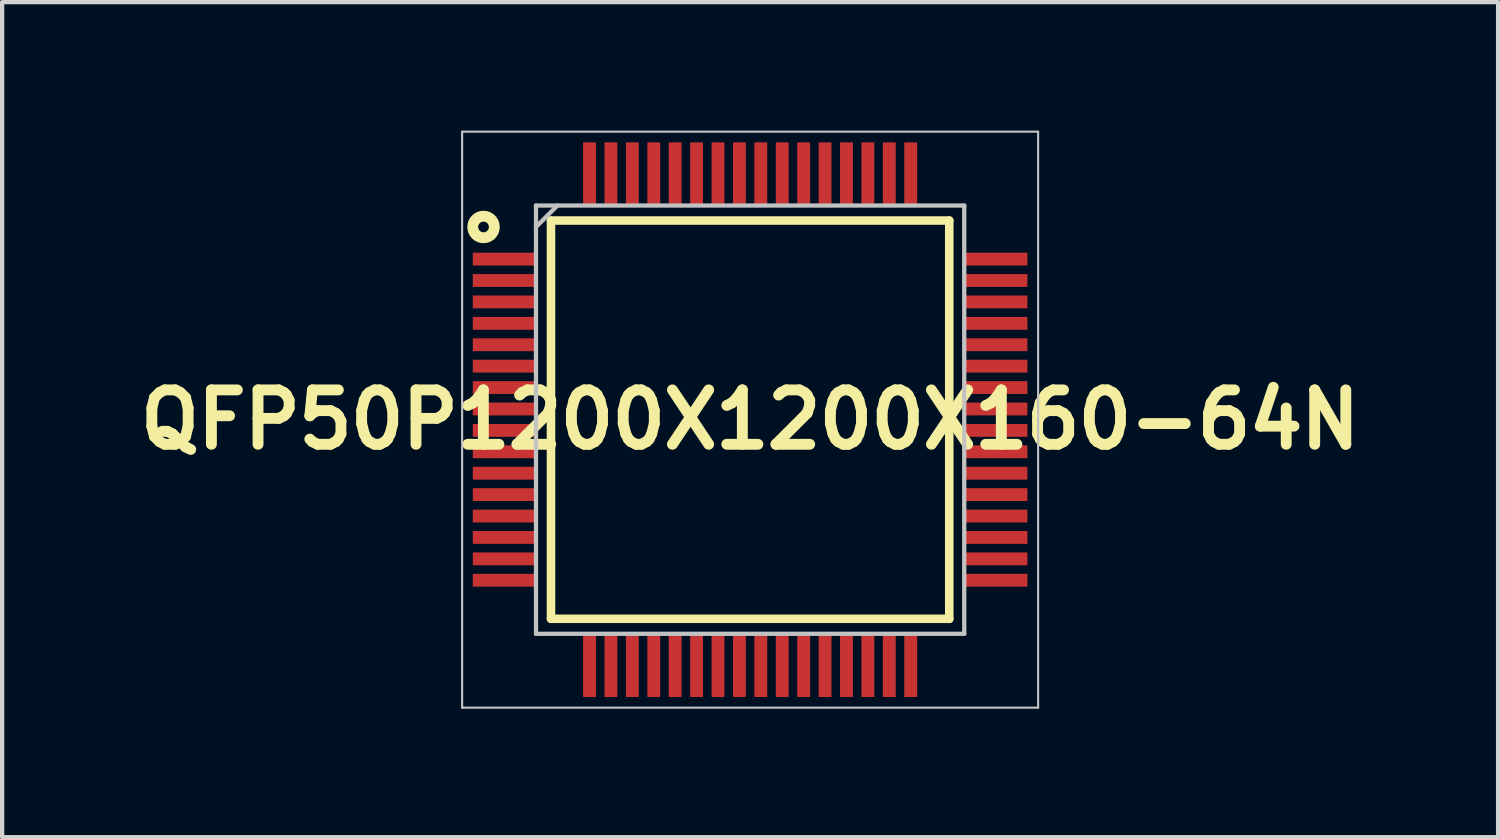
<source format=kicad_pcb>
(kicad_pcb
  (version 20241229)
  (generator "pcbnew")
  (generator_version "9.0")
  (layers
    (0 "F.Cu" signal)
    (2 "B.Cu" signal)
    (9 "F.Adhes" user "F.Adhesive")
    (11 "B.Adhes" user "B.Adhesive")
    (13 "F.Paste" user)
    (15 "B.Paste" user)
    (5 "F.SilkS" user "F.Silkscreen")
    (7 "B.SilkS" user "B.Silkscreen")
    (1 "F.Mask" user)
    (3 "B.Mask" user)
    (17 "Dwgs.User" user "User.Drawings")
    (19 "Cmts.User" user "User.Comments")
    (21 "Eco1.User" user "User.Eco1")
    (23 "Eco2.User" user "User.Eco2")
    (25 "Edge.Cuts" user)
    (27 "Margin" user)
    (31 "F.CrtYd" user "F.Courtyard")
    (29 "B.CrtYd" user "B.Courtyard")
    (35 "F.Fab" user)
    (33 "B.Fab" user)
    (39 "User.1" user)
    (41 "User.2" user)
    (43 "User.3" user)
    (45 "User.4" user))
  (footprint "QFP50P1200X1200X160-64N"
    (layer "F.Cu")
    (at 14.466 6.75)
    (property "Reference" "QFP50P1200X1200X160-64N" (at 0 0 0) (layer "F.SilkS") (effects (font (size 1.27 1.27) (thickness 0.254))))
    (attr smd)
    (fp_line (start -4.65 -4.65) (end 4.65 -4.65) (stroke (width 0.2) (type solid)) (layer "F.SilkS"))
    (fp_line (start -4.65 4.65) (end -4.65 -4.65) (stroke (width 0.2) (type solid)) (layer "F.SilkS"))
    (fp_line (start 4.65 -4.65) (end 4.65 4.65) (stroke (width 0.2) (type solid)) (layer "F.SilkS"))
    (fp_line (start 4.65 4.65) (end -4.65 4.65) (stroke (width 0.2) (type solid)) (layer "F.SilkS"))
    (fp_circle (center -6.225 -4.5) (end -6.35 -4.5) (stroke (width 0.254) (type solid)) (fill no) (layer "F.SilkS"))
    (fp_line (start -6.725 -6.725) (end 6.725 -6.725) (stroke (width 0.05) (type solid)) (layer "Dwgs.User"))
    (fp_line (start -6.725 6.725) (end -6.725 -6.725) (stroke (width 0.05) (type solid)) (layer "Dwgs.User"))
    (fp_line (start -5 -5) (end 5 -5) (stroke (width 0.1) (type solid)) (layer "Dwgs.User"))
    (fp_line (start -5 -4.5) (end -4.5 -5) (stroke (width 0.1) (type solid)) (layer "Dwgs.User"))
    (fp_line (start -5 5) (end -5 -5) (stroke (width 0.1) (type solid)) (layer "Dwgs.User"))
    (fp_line (start 5 -5) (end 5 5) (stroke (width 0.1) (type solid)) (layer "Dwgs.User"))
    (fp_line (start 5 5) (end -5 5) (stroke (width 0.1) (type solid)) (layer "Dwgs.User"))
    (fp_line (start 6.725 -6.725) (end 6.725 6.725) (stroke (width 0.05) (type solid)) (layer "Dwgs.User"))
    (fp_line (start 6.725 6.725) (end -6.725 6.725) (stroke (width 0.05) (type solid)) (layer "Dwgs.User"))
    (pad "1" smd rect (at -5.738 -3.75 90) (size 0.3 1.475) (layers "F.Cu" "F.Mask" "F.Paste"))
    (pad "2" smd rect (at -5.738 -3.25 90) (size 0.3 1.475) (layers "F.Cu" "F.Mask" "F.Paste"))
    (pad "3" smd rect (at -5.738 -2.75 90) (size 0.3 1.475) (layers "F.Cu" "F.Mask" "F.Paste"))
    (pad "4" smd rect (at -5.738 -2.25 90) (size 0.3 1.475) (layers "F.Cu" "F.Mask" "F.Paste"))
    (pad "5" smd rect (at -5.738 -1.75 90) (size 0.3 1.475) (layers "F.Cu" "F.Mask" "F.Paste"))
    (pad "6" smd rect (at -5.738 -1.25 90) (size 0.3 1.475) (layers "F.Cu" "F.Mask" "F.Paste"))
    (pad "7" smd rect (at -5.738 -0.75 90) (size 0.3 1.475) (layers "F.Cu" "F.Mask" "F.Paste"))
    (pad "8" smd rect (at -5.738 -0.25 90) (size 0.3 1.475) (layers "F.Cu" "F.Mask" "F.Paste"))
    (pad "9" smd rect (at -5.738 0.25 90) (size 0.3 1.475) (layers "F.Cu" "F.Mask" "F.Paste"))
    (pad "10" smd rect (at -5.738 0.75 90) (size 0.3 1.475) (layers "F.Cu" "F.Mask" "F.Paste"))
    (pad "11" smd rect (at -5.738 1.25 90) (size 0.3 1.475) (layers "F.Cu" "F.Mask" "F.Paste"))
    (pad "12" smd rect (at -5.738 1.75 90) (size 0.3 1.475) (layers "F.Cu" "F.Mask" "F.Paste"))
    (pad "13" smd rect (at -5.738 2.25 90) (size 0.3 1.475) (layers "F.Cu" "F.Mask" "F.Paste"))
    (pad "14" smd rect (at -5.738 2.75 90) (size 0.3 1.475) (layers "F.Cu" "F.Mask" "F.Paste"))
    (pad "15" smd rect (at -5.738 3.25 90) (size 0.3 1.475) (layers "F.Cu" "F.Mask" "F.Paste"))
    (pad "16" smd rect (at -5.738 3.75 90) (size 0.3 1.475) (layers "F.Cu" "F.Mask" "F.Paste"))
    (pad "17" smd rect (at -3.75 5.738) (size 0.3 1.475) (layers "F.Cu" "F.Mask" "F.Paste"))
    (pad "18" smd rect (at -3.25 5.738) (size 0.3 1.475) (layers "F.Cu" "F.Mask" "F.Paste"))
    (pad "19" smd rect (at -2.75 5.738) (size 0.3 1.475) (layers "F.Cu" "F.Mask" "F.Paste"))
    (pad "20" smd rect (at -2.25 5.738) (size 0.3 1.475) (layers "F.Cu" "F.Mask" "F.Paste"))
    (pad "21" smd rect (at -1.75 5.738) (size 0.3 1.475) (layers "F.Cu" "F.Mask" "F.Paste"))
    (pad "22" smd rect (at -1.25 5.738) (size 0.3 1.475) (layers "F.Cu" "F.Mask" "F.Paste"))
    (pad "23" smd rect (at -0.75 5.738) (size 0.3 1.475) (layers "F.Cu" "F.Mask" "F.Paste"))
    (pad "24" smd rect (at -0.25 5.738) (size 0.3 1.475) (layers "F.Cu" "F.Mask" "F.Paste"))
    (pad "25" smd rect (at 0.25 5.738) (size 0.3 1.475) (layers "F.Cu" "F.Mask" "F.Paste"))
    (pad "26" smd rect (at 0.75 5.738) (size 0.3 1.475) (layers "F.Cu" "F.Mask" "F.Paste"))
    (pad "27" smd rect (at 1.25 5.738) (size 0.3 1.475) (layers "F.Cu" "F.Mask" "F.Paste"))
    (pad "28" smd rect (at 1.75 5.738) (size 0.3 1.475) (layers "F.Cu" "F.Mask" "F.Paste"))
    (pad "29" smd rect (at 2.25 5.738) (size 0.3 1.475) (layers "F.Cu" "F.Mask" "F.Paste"))
    (pad "30" smd rect (at 2.75 5.738) (size 0.3 1.475) (layers "F.Cu" "F.Mask" "F.Paste"))
    (pad "31" smd rect (at 3.25 5.738) (size 0.3 1.475) (layers "F.Cu" "F.Mask" "F.Paste"))
    (pad "32" smd rect (at 3.75 5.738) (size 0.3 1.475) (layers "F.Cu" "F.Mask" "F.Paste"))
    (pad "33" smd rect (at 5.738 3.75 90) (size 0.3 1.475) (layers "F.Cu" "F.Mask" "F.Paste"))
    (pad "34" smd rect (at 5.738 3.25 90) (size 0.3 1.475) (layers "F.Cu" "F.Mask" "F.Paste"))
    (pad "35" smd rect (at 5.738 2.75 90) (size 0.3 1.475) (layers "F.Cu" "F.Mask" "F.Paste"))
    (pad "36" smd rect (at 5.738 2.25 90) (size 0.3 1.475) (layers "F.Cu" "F.Mask" "F.Paste"))
    (pad "37" smd rect (at 5.738 1.75 90) (size 0.3 1.475) (layers "F.Cu" "F.Mask" "F.Paste"))
    (pad "38" smd rect (at 5.738 1.25 90) (size 0.3 1.475) (layers "F.Cu" "F.Mask" "F.Paste"))
    (pad "39" smd rect (at 5.738 0.75 90) (size 0.3 1.475) (layers "F.Cu" "F.Mask" "F.Paste"))
    (pad "40" smd rect (at 5.738 0.25 90) (size 0.3 1.475) (layers "F.Cu" "F.Mask" "F.Paste"))
    (pad "41" smd rect (at 5.738 -0.25 90) (size 0.3 1.475) (layers "F.Cu" "F.Mask" "F.Paste"))
    (pad "42" smd rect (at 5.738 -0.75 90) (size 0.3 1.475) (layers "F.Cu" "F.Mask" "F.Paste"))
    (pad "43" smd rect (at 5.738 -1.25 90) (size 0.3 1.475) (layers "F.Cu" "F.Mask" "F.Paste"))
    (pad "44" smd rect (at 5.738 -1.75 90) (size 0.3 1.475) (layers "F.Cu" "F.Mask" "F.Paste"))
    (pad "45" smd rect (at 5.738 -2.25 90) (size 0.3 1.475) (layers "F.Cu" "F.Mask" "F.Paste"))
    (pad "46" smd rect (at 5.738 -2.75 90) (size 0.3 1.475) (layers "F.Cu" "F.Mask" "F.Paste"))
    (pad "47" smd rect (at 5.738 -3.25 90) (size 0.3 1.475) (layers "F.Cu" "F.Mask" "F.Paste"))
    (pad "48" smd rect (at 5.738 -3.75 90) (size 0.3 1.475) (layers "F.Cu" "F.Mask" "F.Paste"))
    (pad "49" smd rect (at 3.75 -5.738) (size 0.3 1.475) (layers "F.Cu" "F.Mask" "F.Paste"))
    (pad "50" smd rect (at 3.25 -5.738) (size 0.3 1.475) (layers "F.Cu" "F.Mask" "F.Paste"))
    (pad "51" smd rect (at 2.75 -5.738) (size 0.3 1.475) (layers "F.Cu" "F.Mask" "F.Paste"))
    (pad "52" smd rect (at 2.25 -5.738) (size 0.3 1.475) (layers "F.Cu" "F.Mask" "F.Paste"))
    (pad "53" smd rect (at 1.75 -5.738) (size 0.3 1.475) (layers "F.Cu" "F.Mask" "F.Paste"))
    (pad "54" smd rect (at 1.25 -5.738) (size 0.3 1.475) (layers "F.Cu" "F.Mask" "F.Paste"))
    (pad "55" smd rect (at 0.75 -5.738) (size 0.3 1.475) (layers "F.Cu" "F.Mask" "F.Paste"))
    (pad "56" smd rect (at 0.25 -5.738) (size 0.3 1.475) (layers "F.Cu" "F.Mask" "F.Paste"))
    (pad "57" smd rect (at -0.25 -5.738) (size 0.3 1.475) (layers "F.Cu" "F.Mask" "F.Paste"))
    (pad "58" smd rect (at -0.75 -5.738) (size 0.3 1.475) (layers "F.Cu" "F.Mask" "F.Paste"))
    (pad "59" smd rect (at -1.25 -5.738) (size 0.3 1.475) (layers "F.Cu" "F.Mask" "F.Paste"))
    (pad "60" smd rect (at -1.75 -5.738) (size 0.3 1.475) (layers "F.Cu" "F.Mask" "F.Paste"))
    (pad "61" smd rect (at -2.25 -5.738) (size 0.3 1.475) (layers "F.Cu" "F.Mask" "F.Paste"))
    (pad "62" smd rect (at -2.75 -5.738) (size 0.3 1.475) (layers "F.Cu" "F.Mask" "F.Paste"))
    (pad "63" smd rect (at -3.25 -5.738) (size 0.3 1.475) (layers "F.Cu" "F.Mask" "F.Paste"))
    (pad "64" smd rect (at -3.75 -5.738) (size 0.3 1.475) (layers "F.Cu" "F.Mask" "F.Paste")))
  (gr_rect
    (start -3 -3)
    (end 31.932 16.5)
    (stroke (width 0.1) (type default))
    (fill no)
    (layer "Edge.Cuts")))
</source>
